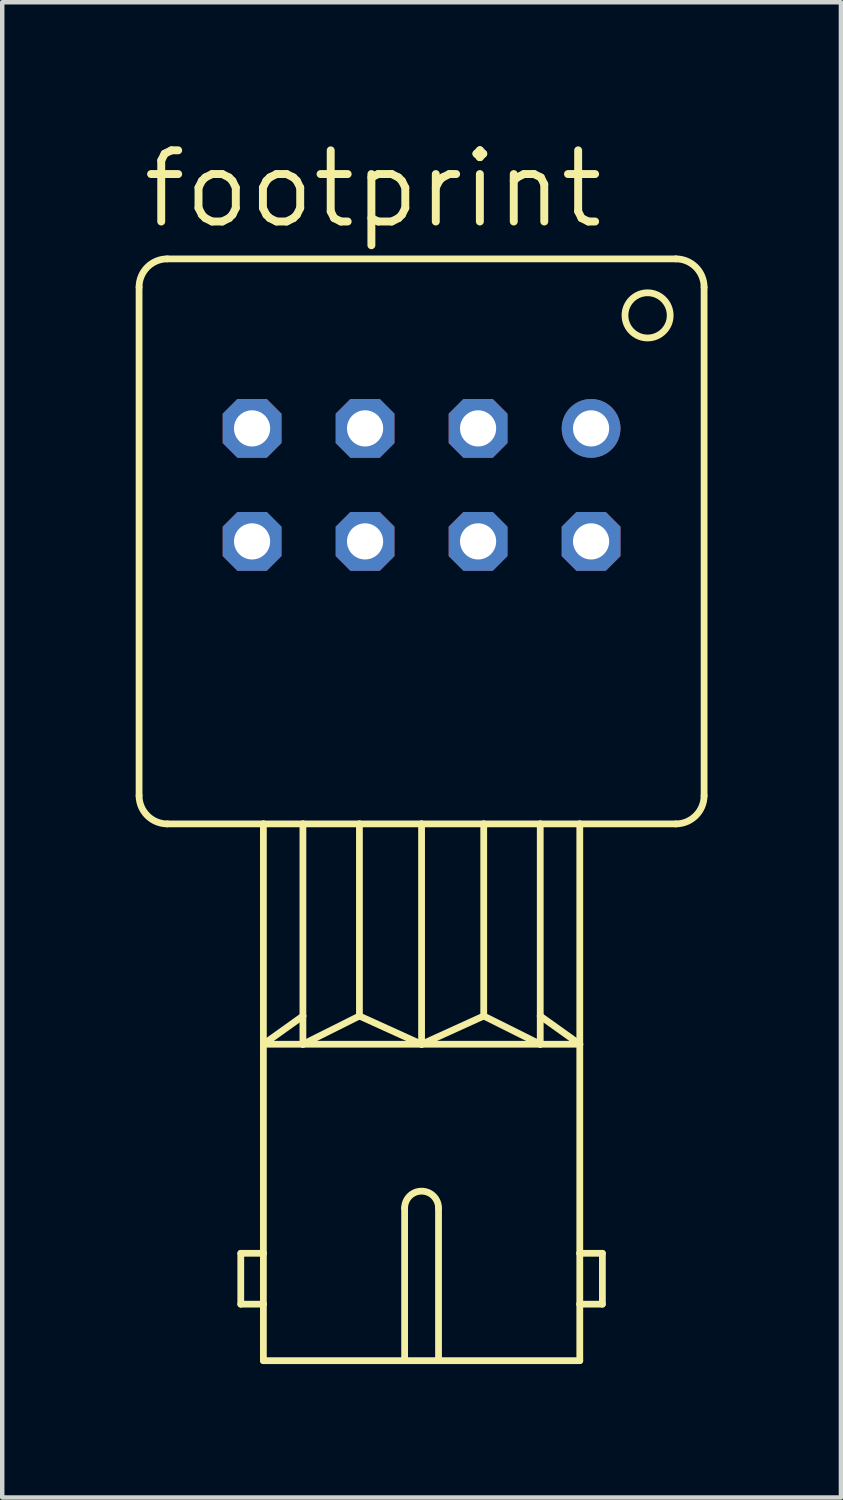
<source format=kicad_pcb>
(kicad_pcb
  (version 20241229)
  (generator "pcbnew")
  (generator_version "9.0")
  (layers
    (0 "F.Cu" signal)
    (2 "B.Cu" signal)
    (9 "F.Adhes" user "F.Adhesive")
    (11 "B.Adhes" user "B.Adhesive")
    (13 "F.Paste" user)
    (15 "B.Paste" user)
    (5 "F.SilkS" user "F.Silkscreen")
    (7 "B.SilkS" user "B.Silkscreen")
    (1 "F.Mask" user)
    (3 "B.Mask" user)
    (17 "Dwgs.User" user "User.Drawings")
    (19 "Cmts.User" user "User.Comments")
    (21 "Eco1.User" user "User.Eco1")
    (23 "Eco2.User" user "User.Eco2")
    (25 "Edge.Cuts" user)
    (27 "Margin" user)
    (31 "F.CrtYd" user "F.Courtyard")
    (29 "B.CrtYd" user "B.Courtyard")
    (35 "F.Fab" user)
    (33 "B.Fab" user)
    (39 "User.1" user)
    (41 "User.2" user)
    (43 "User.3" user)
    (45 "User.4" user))
  (footprint "footprint"
    (layer "F.Cu")
    (at 6.426 9.119)
    (property "Reference" "footprint" (at -6.35 -6.985 0) (layer "F.SilkS") (effects (font (size 1.6 1.6) (thickness 0.178)) (justify left bottom)))
    (fp_line (start -6.35 -5.715) (end -6.35 5.715) (stroke (width 0.152) (type solid)) (layer "F.SilkS"))
    (fp_line (start -5.715 -6.35) (end 5.715 -6.35) (stroke (width 0.152) (type solid)) (layer "F.SilkS"))
    (fp_line (start -4.064 16.002) (end -4.064 17.145) (stroke (width 0.152) (type solid)) (layer "F.SilkS"))
    (fp_line (start -4.064 17.145) (end -3.556 17.145) (stroke (width 0.152) (type solid)) (layer "F.SilkS"))
    (fp_line (start -3.556 6.35) (end -5.715 6.35) (stroke (width 0.152) (type solid)) (layer "F.SilkS"))
    (fp_line (start -3.556 11.303) (end -3.556 6.35) (stroke (width 0.152) (type solid)) (layer "F.SilkS"))
    (fp_line (start -3.556 11.303) (end -2.667 10.668) (stroke (width 0.152) (type solid)) (layer "F.SilkS"))
    (fp_line (start -3.556 11.303) (end -2.667 11.303) (stroke (width 0.152) (type solid)) (layer "F.SilkS"))
    (fp_line (start -3.556 16.002) (end -4.064 16.002) (stroke (width 0.152) (type solid)) (layer "F.SilkS"))
    (fp_line (start -3.556 16.002) (end -3.556 11.303) (stroke (width 0.152) (type solid)) (layer "F.SilkS"))
    (fp_line (start -3.556 17.145) (end -3.556 16.002) (stroke (width 0.152) (type solid)) (layer "F.SilkS"))
    (fp_line (start -3.556 18.415) (end -3.556 17.145) (stroke (width 0.152) (type solid)) (layer "F.SilkS"))
    (fp_line (start -2.667 6.35) (end -3.556 6.35) (stroke (width 0.152) (type solid)) (layer "F.SilkS"))
    (fp_line (start -2.667 10.668) (end -2.667 6.35) (stroke (width 0.152) (type solid)) (layer "F.SilkS"))
    (fp_line (start -2.667 11.303) (end -2.667 10.668) (stroke (width 0.152) (type solid)) (layer "F.SilkS"))
    (fp_line (start -2.667 11.303) (end -1.397 10.668) (stroke (width 0.152) (type solid)) (layer "F.SilkS"))
    (fp_line (start -2.667 11.303) (end 0 11.303) (stroke (width 0.152) (type solid)) (layer "F.SilkS"))
    (fp_line (start -1.397 6.35) (end -2.667 6.35) (stroke (width 0.152) (type solid)) (layer "F.SilkS"))
    (fp_line (start -1.397 10.668) (end -1.397 6.35) (stroke (width 0.152) (type solid)) (layer "F.SilkS"))
    (fp_line (start -1.397 10.668) (end 0 11.303) (stroke (width 0.152) (type solid)) (layer "F.SilkS"))
    (fp_line (start -0.381 18.415) (end -3.556 18.415) (stroke (width 0.152) (type solid)) (layer "F.SilkS"))
    (fp_line (start -0.381 18.415) (end -0.381 14.986) (stroke (width 0.152) (type solid)) (layer "F.SilkS"))
    (fp_line (start 0 6.35) (end -1.397 6.35) (stroke (width 0.152) (type solid)) (layer "F.SilkS"))
    (fp_line (start 0 11.303) (end 0 6.35) (stroke (width 0.152) (type solid)) (layer "F.SilkS"))
    (fp_line (start 0 11.303) (end 2.667 11.303) (stroke (width 0.152) (type solid)) (layer "F.SilkS"))
    (fp_line (start 0.381 18.415) (end -0.381 18.415) (stroke (width 0.152) (type solid)) (layer "F.SilkS"))
    (fp_line (start 0.381 18.415) (end 0.381 14.986) (stroke (width 0.152) (type solid)) (layer "F.SilkS"))
    (fp_line (start 1.397 6.35) (end 0 6.35) (stroke (width 0.152) (type solid)) (layer "F.SilkS"))
    (fp_line (start 1.397 10.668) (end 0 11.303) (stroke (width 0.152) (type solid)) (layer "F.SilkS"))
    (fp_line (start 1.397 10.668) (end 1.397 6.35) (stroke (width 0.152) (type solid)) (layer "F.SilkS"))
    (fp_line (start 2.667 6.35) (end 1.397 6.35) (stroke (width 0.152) (type solid)) (layer "F.SilkS"))
    (fp_line (start 2.667 10.668) (end 2.667 6.35) (stroke (width 0.152) (type solid)) (layer "F.SilkS"))
    (fp_line (start 2.667 11.303) (end 1.397 10.668) (stroke (width 0.152) (type solid)) (layer "F.SilkS"))
    (fp_line (start 2.667 11.303) (end 2.667 10.668) (stroke (width 0.152) (type solid)) (layer "F.SilkS"))
    (fp_line (start 2.667 11.303) (end 3.556 11.303) (stroke (width 0.152) (type solid)) (layer "F.SilkS"))
    (fp_line (start 3.556 6.35) (end 2.667 6.35) (stroke (width 0.152) (type solid)) (layer "F.SilkS"))
    (fp_line (start 3.556 11.303) (end 2.667 10.668) (stroke (width 0.152) (type solid)) (layer "F.SilkS"))
    (fp_line (start 3.556 11.303) (end 3.556 6.35) (stroke (width 0.152) (type solid)) (layer "F.SilkS"))
    (fp_line (start 3.556 16.002) (end 3.556 11.303) (stroke (width 0.152) (type solid)) (layer "F.SilkS"))
    (fp_line (start 3.556 16.002) (end 4.064 16.002) (stroke (width 0.152) (type solid)) (layer "F.SilkS"))
    (fp_line (start 3.556 17.145) (end 3.556 16.002) (stroke (width 0.152) (type solid)) (layer "F.SilkS"))
    (fp_line (start 3.556 18.415) (end 0.381 18.415) (stroke (width 0.152) (type solid)) (layer "F.SilkS"))
    (fp_line (start 3.556 18.415) (end 3.556 17.145) (stroke (width 0.152) (type solid)) (layer "F.SilkS"))
    (fp_line (start 4.064 16.002) (end 4.064 17.145) (stroke (width 0.152) (type solid)) (layer "F.SilkS"))
    (fp_line (start 4.064 17.145) (end 3.556 17.145) (stroke (width 0.152) (type solid)) (layer "F.SilkS"))
    (fp_line (start 5.715 6.35) (end 3.556 6.35) (stroke (width 0.152) (type solid)) (layer "F.SilkS"))
    (fp_line (start 6.35 -5.715) (end 6.35 5.715) (stroke (width 0.152) (type solid)) (layer "F.SilkS"))
    (fp_arc (start -6.35 -5.715) (mid -6.164013 -6.164013) (end -5.715 -6.35) (stroke (width 0.1524) (type solid)) (layer "F.SilkS"))
    (fp_arc (start -5.715 6.35) (mid -6.164013 6.164013) (end -6.35 5.715) (stroke (width 0.1524) (type solid)) (layer "F.SilkS"))
    (fp_arc (start -0.381 14.986) (mid 0 14.605) (end 0.381 14.986) (stroke (width 0.1524) (type solid)) (layer "F.SilkS"))
    (fp_arc (start 5.715 -6.35) (mid 6.164013 -6.164013) (end 6.35 -5.715) (stroke (width 0.1524) (type solid)) (layer "F.SilkS"))
    (fp_arc (start 6.35 5.715) (mid 6.164013 6.164013) (end 5.715 6.35) (stroke (width 0.1524) (type solid)) (layer "F.SilkS"))
    (fp_circle (center 5.08 -5.08) (end 5.588 -5.08) (stroke (width 0.152) (type solid)) (fill no) (layer "F.SilkS"))
    (pad "1" thru_hole circle (at 3.81 -2.54) (size 1.321 1.321) (drill 0.813) (layers "*.Cu" "*.Mask"))
    (pad "2" thru_hole roundrect (at 1.27 -2.54) (size 1.321 1.321) (drill 0.813) (layers "*.Cu" "*.Mask") (roundrect_rratio 0.25) (chamfer_ratio 0.25) (chamfer top_left top_right bottom_left bottom_right))
    (pad "3" thru_hole roundrect (at -1.27 -2.54) (size 1.321 1.321) (drill 0.813) (layers "*.Cu" "*.Mask") (roundrect_rratio 0.25) (chamfer_ratio 0.25) (chamfer top_left top_right bottom_left bottom_right))
    (pad "4" thru_hole roundrect (at -3.81 -2.54) (size 1.321 1.321) (drill 0.813) (layers "*.Cu" "*.Mask") (roundrect_rratio 0.25) (chamfer_ratio 0.25) (chamfer top_left top_right bottom_left bottom_right))
    (pad "5" thru_hole roundrect (at -3.81 0) (size 1.321 1.321) (drill 0.813) (layers "*.Cu" "*.Mask") (roundrect_rratio 0.25) (chamfer_ratio 0.25) (chamfer top_left top_right bottom_left bottom_right))
    (pad "6" thru_hole roundrect (at -1.27 0) (size 1.321 1.321) (drill 0.813) (layers "*.Cu" "*.Mask") (roundrect_rratio 0.25) (chamfer_ratio 0.25) (chamfer top_left top_right bottom_left bottom_right))
    (pad "7" thru_hole roundrect (at 1.27 0) (size 1.321 1.321) (drill 0.813) (layers "*.Cu" "*.Mask") (roundrect_rratio 0.25) (chamfer_ratio 0.25) (chamfer top_left top_right bottom_left bottom_right))
    (pad "8" thru_hole roundrect (at 3.81 0) (size 1.321 1.321) (drill 0.813) (layers "*.Cu" "*.Mask") (roundrect_rratio 0.25) (chamfer_ratio 0.25) (chamfer top_left top_right bottom_left bottom_right)))
  (gr_rect
    (start -3 -3)
    (end 15.852 30.61)
    (stroke (width 0.1) (type default))
    (fill no)
    (layer "Edge.Cuts")))
</source>
